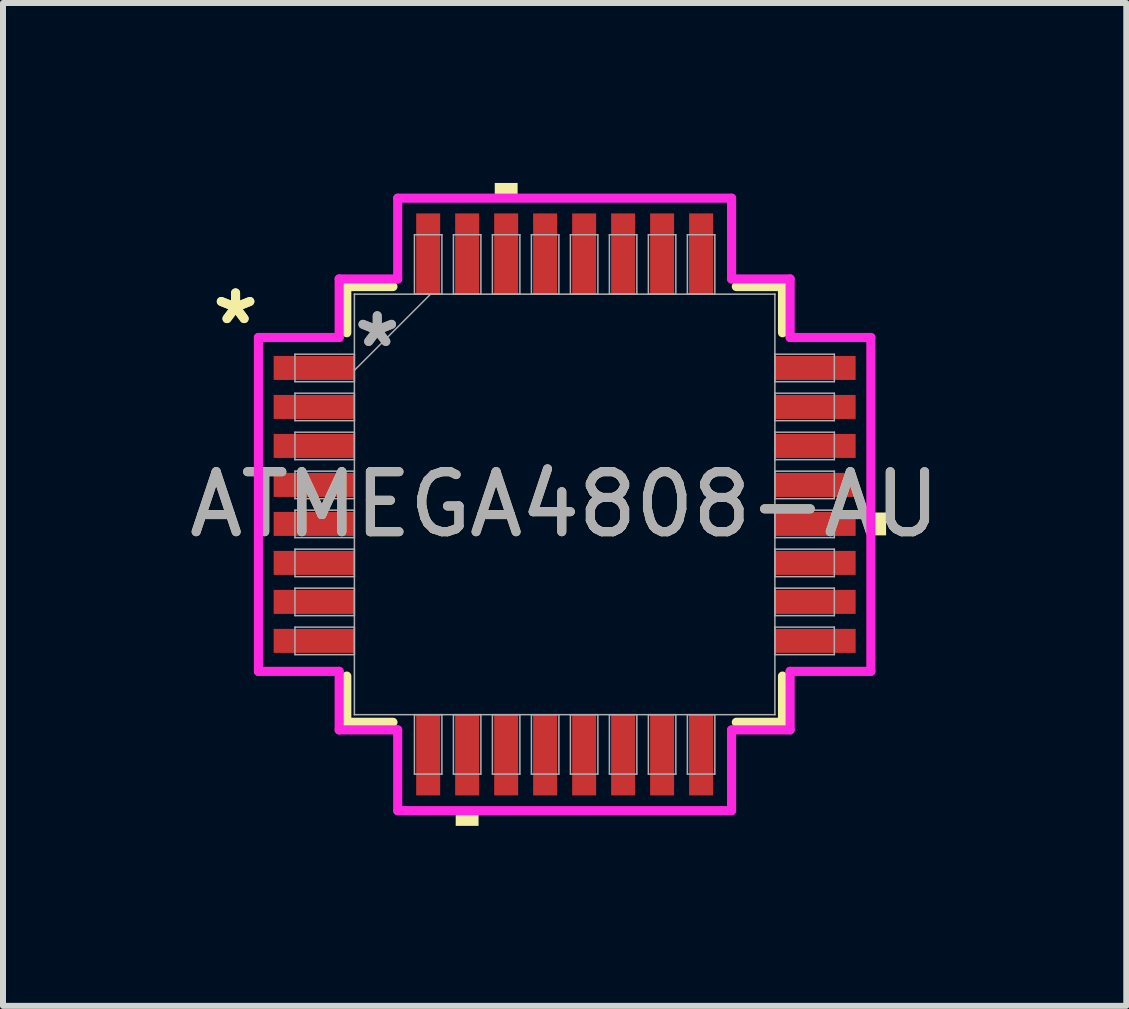
<source format=kicad_pcb>
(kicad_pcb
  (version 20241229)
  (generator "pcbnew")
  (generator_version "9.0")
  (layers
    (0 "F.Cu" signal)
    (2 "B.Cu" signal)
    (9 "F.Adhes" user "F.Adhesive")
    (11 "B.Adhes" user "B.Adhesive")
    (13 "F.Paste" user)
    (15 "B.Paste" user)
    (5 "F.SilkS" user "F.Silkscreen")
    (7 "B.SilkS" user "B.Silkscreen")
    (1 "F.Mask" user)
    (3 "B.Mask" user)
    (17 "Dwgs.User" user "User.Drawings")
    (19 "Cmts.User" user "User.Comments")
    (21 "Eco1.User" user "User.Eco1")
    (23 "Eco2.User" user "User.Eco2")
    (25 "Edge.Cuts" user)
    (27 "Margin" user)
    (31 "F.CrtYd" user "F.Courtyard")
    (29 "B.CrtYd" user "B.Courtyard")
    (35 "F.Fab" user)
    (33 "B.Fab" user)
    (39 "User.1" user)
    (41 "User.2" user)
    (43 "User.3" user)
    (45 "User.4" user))
  (footprint "ATMEGA4808-AU"
    (layer "F.Cu")
    (at 6.363 5.359)
    (property "Reference" "ATMEGA4808-AU" (at 0 0 0) (unlocked yes) (layer "F.SilkS") (effects (font (size 1 1) (thickness 0.15))))
    (attr smd)
    (fp_line (start -3.632 -3.632) (end -3.632 -2.862) (stroke (width 0.152) (type solid)) (layer "F.SilkS"))
    (fp_line (start -3.632 2.862) (end -3.632 3.632) (stroke (width 0.152) (type solid)) (layer "F.SilkS"))
    (fp_line (start -3.632 3.632) (end -2.862 3.632) (stroke (width 0.152) (type solid)) (layer "F.SilkS"))
    (fp_line (start -2.862 -3.632) (end -3.632 -3.632) (stroke (width 0.152) (type solid)) (layer "F.SilkS"))
    (fp_line (start 2.862 3.632) (end 3.632 3.632) (stroke (width 0.152) (type solid)) (layer "F.SilkS"))
    (fp_line (start 3.632 -3.632) (end 2.862 -3.632) (stroke (width 0.152) (type solid)) (layer "F.SilkS"))
    (fp_line (start 3.632 -2.862) (end 3.632 -3.632) (stroke (width 0.152) (type solid)) (layer "F.SilkS"))
    (fp_line (start 3.632 3.632) (end 3.632 2.862) (stroke (width 0.152) (type solid)) (layer "F.SilkS"))
    (fp_poly (pts (xy -1.816 5.105) (xy -1.816 5.359) (xy -1.435 5.359) (xy -1.435 5.105)) (stroke (width 0) (type solid)) (fill yes) (layer "F.SilkS"))
    (fp_poly (pts (xy -1.165 -5.105) (xy -1.165 -5.359) (xy -0.784 -5.359) (xy -0.784 -5.105)) (stroke (width 0) (type solid)) (fill yes) (layer "F.SilkS"))
    (fp_poly (pts (xy 5.359 0.135) (xy 5.359 0.516) (xy 5.105 0.516) (xy 5.105 0.135)) (stroke (width 0) (type solid)) (fill yes) (layer "F.SilkS"))
    (fp_line (start -5.105 -2.783) (end -3.759 -2.783) (stroke (width 0.152) (type solid)) (layer "F.CrtYd"))
    (fp_line (start -5.105 2.783) (end -5.105 -2.783) (stroke (width 0.152) (type solid)) (layer "F.CrtYd"))
    (fp_line (start -3.759 -3.759) (end -2.783 -3.759) (stroke (width 0.152) (type solid)) (layer "F.CrtYd"))
    (fp_line (start -3.759 -2.783) (end -3.759 -3.759) (stroke (width 0.152) (type solid)) (layer "F.CrtYd"))
    (fp_line (start -3.759 2.783) (end -5.105 2.783) (stroke (width 0.152) (type solid)) (layer "F.CrtYd"))
    (fp_line (start -3.759 3.759) (end -3.759 2.783) (stroke (width 0.152) (type solid)) (layer "F.CrtYd"))
    (fp_line (start -3.759 3.759) (end -2.783 3.759) (stroke (width 0.152) (type solid)) (layer "F.CrtYd"))
    (fp_line (start -2.783 -5.105) (end 2.783 -5.105) (stroke (width 0.152) (type solid)) (layer "F.CrtYd"))
    (fp_line (start -2.783 -3.759) (end -2.783 -5.105) (stroke (width 0.152) (type solid)) (layer "F.CrtYd"))
    (fp_line (start -2.783 3.759) (end -2.783 5.105) (stroke (width 0.152) (type solid)) (layer "F.CrtYd"))
    (fp_line (start -2.783 5.105) (end 2.783 5.105) (stroke (width 0.152) (type solid)) (layer "F.CrtYd"))
    (fp_line (start 2.783 -5.105) (end 2.783 -3.759) (stroke (width 0.152) (type solid)) (layer "F.CrtYd"))
    (fp_line (start 2.783 -3.759) (end 3.759 -3.759) (stroke (width 0.152) (type solid)) (layer "F.CrtYd"))
    (fp_line (start 2.783 3.759) (end 3.759 3.759) (stroke (width 0.152) (type solid)) (layer "F.CrtYd"))
    (fp_line (start 2.783 5.105) (end 2.783 3.759) (stroke (width 0.152) (type solid)) (layer "F.CrtYd"))
    (fp_line (start 3.759 -2.783) (end 3.759 -3.759) (stroke (width 0.152) (type solid)) (layer "F.CrtYd"))
    (fp_line (start 3.759 2.783) (end 5.105 2.783) (stroke (width 0.152) (type solid)) (layer "F.CrtYd"))
    (fp_line (start 3.759 3.759) (end 3.759 2.783) (stroke (width 0.152) (type solid)) (layer "F.CrtYd"))
    (fp_line (start 5.105 -2.783) (end 3.759 -2.783) (stroke (width 0.152) (type solid)) (layer "F.CrtYd"))
    (fp_line (start 5.105 2.783) (end 5.105 -2.783) (stroke (width 0.152) (type solid)) (layer "F.CrtYd"))
    (fp_line (start -4.496 -2.504) (end -4.496 -2.046) (stroke (width 0.025) (type solid)) (layer "F.Fab"))
    (fp_line (start -4.496 -2.046) (end -3.505 -2.046) (stroke (width 0.025) (type solid)) (layer "F.Fab"))
    (fp_line (start -4.496 -1.854) (end -4.496 -1.396) (stroke (width 0.025) (type solid)) (layer "F.Fab"))
    (fp_line (start -4.496 -1.396) (end -3.505 -1.396) (stroke (width 0.025) (type solid)) (layer "F.Fab"))
    (fp_line (start -4.496 -1.204) (end -4.496 -0.746) (stroke (width 0.025) (type solid)) (layer "F.Fab"))
    (fp_line (start -4.496 -0.746) (end -3.505 -0.746) (stroke (width 0.025) (type solid)) (layer "F.Fab"))
    (fp_line (start -4.496 -0.554) (end -4.496 -0.096) (stroke (width 0.025) (type solid)) (layer "F.Fab"))
    (fp_line (start -4.496 -0.096) (end -3.505 -0.096) (stroke (width 0.025) (type solid)) (layer "F.Fab"))
    (fp_line (start -4.496 0.096) (end -4.496 0.554) (stroke (width 0.025) (type solid)) (layer "F.Fab"))
    (fp_line (start -4.496 0.554) (end -3.505 0.554) (stroke (width 0.025) (type solid)) (layer "F.Fab"))
    (fp_line (start -4.496 0.746) (end -4.496 1.204) (stroke (width 0.025) (type solid)) (layer "F.Fab"))
    (fp_line (start -4.496 1.204) (end -3.505 1.204) (stroke (width 0.025) (type solid)) (layer "F.Fab"))
    (fp_line (start -4.496 1.396) (end -4.496 1.854) (stroke (width 0.025) (type solid)) (layer "F.Fab"))
    (fp_line (start -4.496 1.854) (end -3.505 1.854) (stroke (width 0.025) (type solid)) (layer "F.Fab"))
    (fp_line (start -4.496 2.046) (end -4.496 2.504) (stroke (width 0.025) (type solid)) (layer "F.Fab"))
    (fp_line (start -4.496 2.504) (end -3.505 2.504) (stroke (width 0.025) (type solid)) (layer "F.Fab"))
    (fp_line (start -3.505 -3.505) (end -3.505 -3.505) (stroke (width 0.025) (type solid)) (layer "F.Fab"))
    (fp_line (start -3.505 -3.505) (end -3.505 3.505) (stroke (width 0.025) (type solid)) (layer "F.Fab"))
    (fp_line (start -3.505 -2.504) (end -4.496 -2.504) (stroke (width 0.025) (type solid)) (layer "F.Fab"))
    (fp_line (start -3.505 -2.235) (end -2.235 -3.505) (stroke (width 0.025) (type solid)) (layer "F.Fab"))
    (fp_line (start -3.505 -2.046) (end -3.505 -2.504) (stroke (width 0.025) (type solid)) (layer "F.Fab"))
    (fp_line (start -3.505 -1.854) (end -4.496 -1.854) (stroke (width 0.025) (type solid)) (layer "F.Fab"))
    (fp_line (start -3.505 -1.396) (end -3.505 -1.854) (stroke (width 0.025) (type solid)) (layer "F.Fab"))
    (fp_line (start -3.505 -1.204) (end -4.496 -1.204) (stroke (width 0.025) (type solid)) (layer "F.Fab"))
    (fp_line (start -3.505 -0.746) (end -3.505 -1.204) (stroke (width 0.025) (type solid)) (layer "F.Fab"))
    (fp_line (start -3.505 -0.554) (end -4.496 -0.554) (stroke (width 0.025) (type solid)) (layer "F.Fab"))
    (fp_line (start -3.505 -0.096) (end -3.505 -0.554) (stroke (width 0.025) (type solid)) (layer "F.Fab"))
    (fp_line (start -3.505 0.096) (end -4.496 0.096) (stroke (width 0.025) (type solid)) (layer "F.Fab"))
    (fp_line (start -3.505 0.554) (end -3.505 0.096) (stroke (width 0.025) (type solid)) (layer "F.Fab"))
    (fp_line (start -3.505 0.746) (end -4.496 0.746) (stroke (width 0.025) (type solid)) (layer "F.Fab"))
    (fp_line (start -3.505 1.204) (end -3.505 0.746) (stroke (width 0.025) (type solid)) (layer "F.Fab"))
    (fp_line (start -3.505 1.396) (end -4.496 1.396) (stroke (width 0.025) (type solid)) (layer "F.Fab"))
    (fp_line (start -3.505 1.854) (end -3.505 1.396) (stroke (width 0.025) (type solid)) (layer "F.Fab"))
    (fp_line (start -3.505 2.046) (end -4.496 2.046) (stroke (width 0.025) (type solid)) (layer "F.Fab"))
    (fp_line (start -3.505 2.504) (end -3.505 2.046) (stroke (width 0.025) (type solid)) (layer "F.Fab"))
    (fp_line (start -3.505 3.505) (end -3.505 3.505) (stroke (width 0.025) (type solid)) (layer "F.Fab"))
    (fp_line (start -3.505 3.505) (end 3.505 3.505) (stroke (width 0.025) (type solid)) (layer "F.Fab"))
    (fp_line (start -2.504 -4.496) (end -2.504 -3.505) (stroke (width 0.025) (type solid)) (layer "F.Fab"))
    (fp_line (start -2.504 -3.505) (end -2.046 -3.505) (stroke (width 0.025) (type solid)) (layer "F.Fab"))
    (fp_line (start -2.504 3.505) (end -2.504 4.496) (stroke (width 0.025) (type solid)) (layer "F.Fab"))
    (fp_line (start -2.504 4.496) (end -2.046 4.496) (stroke (width 0.025) (type solid)) (layer "F.Fab"))
    (fp_line (start -2.046 -4.496) (end -2.504 -4.496) (stroke (width 0.025) (type solid)) (layer "F.Fab"))
    (fp_line (start -2.046 -3.505) (end -2.046 -4.496) (stroke (width 0.025) (type solid)) (layer "F.Fab"))
    (fp_line (start -2.046 3.505) (end -2.504 3.505) (stroke (width 0.025) (type solid)) (layer "F.Fab"))
    (fp_line (start -2.046 4.496) (end -2.046 3.505) (stroke (width 0.025) (type solid)) (layer "F.Fab"))
    (fp_line (start -1.854 -4.496) (end -1.854 -3.505) (stroke (width 0.025) (type solid)) (layer "F.Fab"))
    (fp_line (start -1.854 -3.505) (end -1.396 -3.505) (stroke (width 0.025) (type solid)) (layer "F.Fab"))
    (fp_line (start -1.854 3.505) (end -1.854 4.496) (stroke (width 0.025) (type solid)) (layer "F.Fab"))
    (fp_line (start -1.854 4.496) (end -1.396 4.496) (stroke (width 0.025) (type solid)) (layer "F.Fab"))
    (fp_line (start -1.396 -4.496) (end -1.854 -4.496) (stroke (width 0.025) (type solid)) (layer "F.Fab"))
    (fp_line (start -1.396 -3.505) (end -1.396 -4.496) (stroke (width 0.025) (type solid)) (layer "F.Fab"))
    (fp_line (start -1.396 3.505) (end -1.854 3.505) (stroke (width 0.025) (type solid)) (layer "F.Fab"))
    (fp_line (start -1.396 4.496) (end -1.396 3.505) (stroke (width 0.025) (type solid)) (layer "F.Fab"))
    (fp_line (start -1.204 -4.496) (end -1.204 -3.505) (stroke (width 0.025) (type solid)) (layer "F.Fab"))
    (fp_line (start -1.204 -3.505) (end -0.746 -3.505) (stroke (width 0.025) (type solid)) (layer "F.Fab"))
    (fp_line (start -1.204 3.505) (end -1.204 4.496) (stroke (width 0.025) (type solid)) (layer "F.Fab"))
    (fp_line (start -1.204 4.496) (end -0.746 4.496) (stroke (width 0.025) (type solid)) (layer "F.Fab"))
    (fp_line (start -0.746 -4.496) (end -1.204 -4.496) (stroke (width 0.025) (type solid)) (layer "F.Fab"))
    (fp_line (start -0.746 -3.505) (end -0.746 -4.496) (stroke (width 0.025) (type solid)) (layer "F.Fab"))
    (fp_line (start -0.746 3.505) (end -1.204 3.505) (stroke (width 0.025) (type solid)) (layer "F.Fab"))
    (fp_line (start -0.746 4.496) (end -0.746 3.505) (stroke (width 0.025) (type solid)) (layer "F.Fab"))
    (fp_line (start -0.554 -4.496) (end -0.554 -3.505) (stroke (width 0.025) (type solid)) (layer "F.Fab"))
    (fp_line (start -0.554 -3.505) (end -0.096 -3.505) (stroke (width 0.025) (type solid)) (layer "F.Fab"))
    (fp_line (start -0.554 3.505) (end -0.554 4.496) (stroke (width 0.025) (type solid)) (layer "F.Fab"))
    (fp_line (start -0.554 4.496) (end -0.096 4.496) (stroke (width 0.025) (type solid)) (layer "F.Fab"))
    (fp_line (start -0.096 -4.496) (end -0.554 -4.496) (stroke (width 0.025) (type solid)) (layer "F.Fab"))
    (fp_line (start -0.096 -3.505) (end -0.096 -4.496) (stroke (width 0.025) (type solid)) (layer "F.Fab"))
    (fp_line (start -0.096 3.505) (end -0.554 3.505) (stroke (width 0.025) (type solid)) (layer "F.Fab"))
    (fp_line (start -0.096 4.496) (end -0.096 3.505) (stroke (width 0.025) (type solid)) (layer "F.Fab"))
    (fp_line (start 0.096 -4.496) (end 0.096 -3.505) (stroke (width 0.025) (type solid)) (layer "F.Fab"))
    (fp_line (start 0.096 -3.505) (end 0.554 -3.505) (stroke (width 0.025) (type solid)) (layer "F.Fab"))
    (fp_line (start 0.096 3.505) (end 0.096 4.496) (stroke (width 0.025) (type solid)) (layer "F.Fab"))
    (fp_line (start 0.096 4.496) (end 0.554 4.496) (stroke (width 0.025) (type solid)) (layer "F.Fab"))
    (fp_line (start 0.554 -4.496) (end 0.096 -4.496) (stroke (width 0.025) (type solid)) (layer "F.Fab"))
    (fp_line (start 0.554 -3.505) (end 0.554 -4.496) (stroke (width 0.025) (type solid)) (layer "F.Fab"))
    (fp_line (start 0.554 3.505) (end 0.096 3.505) (stroke (width 0.025) (type solid)) (layer "F.Fab"))
    (fp_line (start 0.554 4.496) (end 0.554 3.505) (stroke (width 0.025) (type solid)) (layer "F.Fab"))
    (fp_line (start 0.746 -4.496) (end 0.746 -3.505) (stroke (width 0.025) (type solid)) (layer "F.Fab"))
    (fp_line (start 0.746 -3.505) (end 1.204 -3.505) (stroke (width 0.025) (type solid)) (layer "F.Fab"))
    (fp_line (start 0.746 3.505) (end 0.746 4.496) (stroke (width 0.025) (type solid)) (layer "F.Fab"))
    (fp_line (start 0.746 4.496) (end 1.204 4.496) (stroke (width 0.025) (type solid)) (layer "F.Fab"))
    (fp_line (start 1.204 -4.496) (end 0.746 -4.496) (stroke (width 0.025) (type solid)) (layer "F.Fab"))
    (fp_line (start 1.204 -3.505) (end 1.204 -4.496) (stroke (width 0.025) (type solid)) (layer "F.Fab"))
    (fp_line (start 1.204 3.505) (end 0.746 3.505) (stroke (width 0.025) (type solid)) (layer "F.Fab"))
    (fp_line (start 1.204 4.496) (end 1.204 3.505) (stroke (width 0.025) (type solid)) (layer "F.Fab"))
    (fp_line (start 1.396 -4.496) (end 1.396 -3.505) (stroke (width 0.025) (type solid)) (layer "F.Fab"))
    (fp_line (start 1.396 -3.505) (end 1.854 -3.505) (stroke (width 0.025) (type solid)) (layer "F.Fab"))
    (fp_line (start 1.396 3.505) (end 1.396 4.496) (stroke (width 0.025) (type solid)) (layer "F.Fab"))
    (fp_line (start 1.396 4.496) (end 1.854 4.496) (stroke (width 0.025) (type solid)) (layer "F.Fab"))
    (fp_line (start 1.854 -4.496) (end 1.396 -4.496) (stroke (width 0.025) (type solid)) (layer "F.Fab"))
    (fp_line (start 1.854 -3.505) (end 1.854 -4.496) (stroke (width 0.025) (type solid)) (layer "F.Fab"))
    (fp_line (start 1.854 3.505) (end 1.396 3.505) (stroke (width 0.025) (type solid)) (layer "F.Fab"))
    (fp_line (start 1.854 4.496) (end 1.854 3.505) (stroke (width 0.025) (type solid)) (layer "F.Fab"))
    (fp_line (start 2.046 -4.496) (end 2.046 -3.505) (stroke (width 0.025) (type solid)) (layer "F.Fab"))
    (fp_line (start 2.046 -3.505) (end 2.504 -3.505) (stroke (width 0.025) (type solid)) (layer "F.Fab"))
    (fp_line (start 2.046 3.505) (end 2.046 4.496) (stroke (width 0.025) (type solid)) (layer "F.Fab"))
    (fp_line (start 2.046 4.496) (end 2.504 4.496) (stroke (width 0.025) (type solid)) (layer "F.Fab"))
    (fp_line (start 2.504 -4.496) (end 2.046 -4.496) (stroke (width 0.025) (type solid)) (layer "F.Fab"))
    (fp_line (start 2.504 -3.505) (end 2.504 -4.496) (stroke (width 0.025) (type solid)) (layer "F.Fab"))
    (fp_line (start 2.504 3.505) (end 2.046 3.505) (stroke (width 0.025) (type solid)) (layer "F.Fab"))
    (fp_line (start 2.504 4.496) (end 2.504 3.505) (stroke (width 0.025) (type solid)) (layer "F.Fab"))
    (fp_line (start 3.505 -3.505) (end -3.505 -3.505) (stroke (width 0.025) (type solid)) (layer "F.Fab"))
    (fp_line (start 3.505 -3.505) (end 3.505 -3.505) (stroke (width 0.025) (type solid)) (layer "F.Fab"))
    (fp_line (start 3.505 -2.504) (end 3.505 -2.046) (stroke (width 0.025) (type solid)) (layer "F.Fab"))
    (fp_line (start 3.505 -2.046) (end 4.496 -2.046) (stroke (width 0.025) (type solid)) (layer "F.Fab"))
    (fp_line (start 3.505 -1.854) (end 3.505 -1.396) (stroke (width 0.025) (type solid)) (layer "F.Fab"))
    (fp_line (start 3.505 -1.396) (end 4.496 -1.396) (stroke (width 0.025) (type solid)) (layer "F.Fab"))
    (fp_line (start 3.505 -1.204) (end 3.505 -0.746) (stroke (width 0.025) (type solid)) (layer "F.Fab"))
    (fp_line (start 3.505 -0.746) (end 4.496 -0.746) (stroke (width 0.025) (type solid)) (layer "F.Fab"))
    (fp_line (start 3.505 -0.554) (end 3.505 -0.096) (stroke (width 0.025) (type solid)) (layer "F.Fab"))
    (fp_line (start 3.505 -0.096) (end 4.496 -0.096) (stroke (width 0.025) (type solid)) (layer "F.Fab"))
    (fp_line (start 3.505 0.096) (end 3.505 0.554) (stroke (width 0.025) (type solid)) (layer "F.Fab"))
    (fp_line (start 3.505 0.554) (end 4.496 0.554) (stroke (width 0.025) (type solid)) (layer "F.Fab"))
    (fp_line (start 3.505 0.746) (end 3.505 1.204) (stroke (width 0.025) (type solid)) (layer "F.Fab"))
    (fp_line (start 3.505 1.204) (end 4.496 1.204) (stroke (width 0.025) (type solid)) (layer "F.Fab"))
    (fp_line (start 3.505 1.396) (end 3.505 1.854) (stroke (width 0.025) (type solid)) (layer "F.Fab"))
    (fp_line (start 3.505 1.854) (end 4.496 1.854) (stroke (width 0.025) (type solid)) (layer "F.Fab"))
    (fp_line (start 3.505 2.046) (end 3.505 2.504) (stroke (width 0.025) (type solid)) (layer "F.Fab"))
    (fp_line (start 3.505 2.504) (end 4.496 2.504) (stroke (width 0.025) (type solid)) (layer "F.Fab"))
    (fp_line (start 3.505 3.505) (end 3.505 -3.505) (stroke (width 0.025) (type solid)) (layer "F.Fab"))
    (fp_line (start 3.505 3.505) (end 3.505 3.505) (stroke (width 0.025) (type solid)) (layer "F.Fab"))
    (fp_line (start 4.496 -2.504) (end 3.505 -2.504) (stroke (width 0.025) (type solid)) (layer "F.Fab"))
    (fp_line (start 4.496 -2.046) (end 4.496 -2.504) (stroke (width 0.025) (type solid)) (layer "F.Fab"))
    (fp_line (start 4.496 -1.854) (end 3.505 -1.854) (stroke (width 0.025) (type solid)) (layer "F.Fab"))
    (fp_line (start 4.496 -1.396) (end 4.496 -1.854) (stroke (width 0.025) (type solid)) (layer "F.Fab"))
    (fp_line (start 4.496 -1.204) (end 3.505 -1.204) (stroke (width 0.025) (type solid)) (layer "F.Fab"))
    (fp_line (start 4.496 -0.746) (end 4.496 -1.204) (stroke (width 0.025) (type solid)) (layer "F.Fab"))
    (fp_line (start 4.496 -0.554) (end 3.505 -0.554) (stroke (width 0.025) (type solid)) (layer "F.Fab"))
    (fp_line (start 4.496 -0.096) (end 4.496 -0.554) (stroke (width 0.025) (type solid)) (layer "F.Fab"))
    (fp_line (start 4.496 0.096) (end 3.505 0.096) (stroke (width 0.025) (type solid)) (layer "F.Fab"))
    (fp_line (start 4.496 0.554) (end 4.496 0.096) (stroke (width 0.025) (type solid)) (layer "F.Fab"))
    (fp_line (start 4.496 0.746) (end 3.505 0.746) (stroke (width 0.025) (type solid)) (layer "F.Fab"))
    (fp_line (start 4.496 1.204) (end 4.496 0.746) (stroke (width 0.025) (type solid)) (layer "F.Fab"))
    (fp_line (start 4.496 1.396) (end 3.505 1.396) (stroke (width 0.025) (type solid)) (layer "F.Fab"))
    (fp_line (start 4.496 1.854) (end 4.496 1.396) (stroke (width 0.025) (type solid)) (layer "F.Fab"))
    (fp_line (start 4.496 2.046) (end 3.505 2.046) (stroke (width 0.025) (type solid)) (layer "F.Fab"))
    (fp_line (start 4.496 2.504) (end 4.496 2.046) (stroke (width 0.025) (type solid)) (layer "F.Fab"))
    (fp_text user "*" (at -5.486 -2.981 0) (unlocked yes) (layer "F.SilkS") (effects (font (size 1 1) (thickness 0.15))))
    (fp_text user "*" (at -5.486 -2.981 0) (layer "F.SilkS") (effects (font (size 1 1) (thickness 0.15))))
    (fp_text user "*" (at -3.124 -2.6 0) (unlocked yes) (layer "F.Fab") (effects (font (size 1 1) (thickness 0.15))))
    (fp_text user "*" (at -3.124 -2.6 0) (layer "F.Fab") (effects (font (size 1 1) (thickness 0.15))))
    (fp_text user "${REFERENCE}" (at 0 0 0) (unlocked yes) (layer "F.Fab") (effects (font (size 1 1) (thickness 0.15))))
    (pad "1" smd rect (at -4.178 -2.275 90) (size 0.4 1.346) (layers "F.Cu" "F.Mask" "F.Paste"))
    (pad "2" smd rect (at -4.178 -1.625 90) (size 0.4 1.346) (layers "F.Cu" "F.Mask" "F.Paste"))
    (pad "3" smd rect (at -4.178 -0.975 90) (size 0.4 1.346) (layers "F.Cu" "F.Mask" "F.Paste"))
    (pad "4" smd rect (at -4.178 -0.325 90) (size 0.4 1.346) (layers "F.Cu" "F.Mask" "F.Paste"))
    (pad "5" smd rect (at -4.178 0.325 90) (size 0.4 1.346) (layers "F.Cu" "F.Mask" "F.Paste"))
    (pad "6" smd rect (at -4.178 0.975 90) (size 0.4 1.346) (layers "F.Cu" "F.Mask" "F.Paste"))
    (pad "7" smd rect (at -4.178 1.625 90) (size 0.4 1.346) (layers "F.Cu" "F.Mask" "F.Paste"))
    (pad "8" smd rect (at -4.178 2.275 90) (size 0.4 1.346) (layers "F.Cu" "F.Mask" "F.Paste"))
    (pad "9" smd rect (at -2.275 4.178) (size 0.4 1.346) (layers "F.Cu" "F.Mask" "F.Paste"))
    (pad "10" smd rect (at -1.625 4.178) (size 0.4 1.346) (layers "F.Cu" "F.Mask" "F.Paste"))
    (pad "11" smd rect (at -0.975 4.178) (size 0.4 1.346) (layers "F.Cu" "F.Mask" "F.Paste"))
    (pad "12" smd rect (at -0.325 4.178) (size 0.4 1.346) (layers "F.Cu" "F.Mask" "F.Paste"))
    (pad "13" smd rect (at 0.325 4.178) (size 0.4 1.346) (layers "F.Cu" "F.Mask" "F.Paste"))
    (pad "14" smd rect (at 0.975 4.178) (size 0.4 1.346) (layers "F.Cu" "F.Mask" "F.Paste"))
    (pad "15" smd rect (at 1.625 4.178) (size 0.4 1.346) (layers "F.Cu" "F.Mask" "F.Paste"))
    (pad "16" smd rect (at 2.275 4.178) (size 0.4 1.346) (layers "F.Cu" "F.Mask" "F.Paste"))
    (pad "17" smd rect (at 4.178 2.275 90) (size 0.4 1.346) (layers "F.Cu" "F.Mask" "F.Paste"))
    (pad "18" smd rect (at 4.178 1.625 90) (size 0.4 1.346) (layers "F.Cu" "F.Mask" "F.Paste"))
    (pad "19" smd rect (at 4.178 0.975 90) (size 0.4 1.346) (layers "F.Cu" "F.Mask" "F.Paste"))
    (pad "20" smd rect (at 4.178 0.325 90) (size 0.4 1.346) (layers "F.Cu" "F.Mask" "F.Paste"))
    (pad "21" smd rect (at 4.178 -0.325 90) (size 0.4 1.346) (layers "F.Cu" "F.Mask" "F.Paste"))
    (pad "22" smd rect (at 4.178 -0.975 90) (size 0.4 1.346) (layers "F.Cu" "F.Mask" "F.Paste"))
    (pad "23" smd rect (at 4.178 -1.625 90) (size 0.4 1.346) (layers "F.Cu" "F.Mask" "F.Paste"))
    (pad "24" smd rect (at 4.178 -2.275 90) (size 0.4 1.346) (layers "F.Cu" "F.Mask" "F.Paste"))
    (pad "25" smd rect (at 2.275 -4.178) (size 0.4 1.346) (layers "F.Cu" "F.Mask" "F.Paste"))
    (pad "26" smd rect (at 1.625 -4.178) (size 0.4 1.346) (layers "F.Cu" "F.Mask" "F.Paste"))
    (pad "27" smd rect (at 0.975 -4.178) (size 0.4 1.346) (layers "F.Cu" "F.Mask" "F.Paste"))
    (pad "28" smd rect (at 0.325 -4.178) (size 0.4 1.346) (layers "F.Cu" "F.Mask" "F.Paste"))
    (pad "29" smd rect (at -0.325 -4.178) (size 0.4 1.346) (layers "F.Cu" "F.Mask" "F.Paste"))
    (pad "30" smd rect (at -0.975 -4.178) (size 0.4 1.346) (layers "F.Cu" "F.Mask" "F.Paste"))
    (pad "31" smd rect (at -1.625 -4.178) (size 0.4 1.346) (layers "F.Cu" "F.Mask" "F.Paste"))
    (pad "32" smd rect (at -2.275 -4.178) (size 0.4 1.346) (layers "F.Cu" "F.Mask" "F.Paste")))
  (gr_rect
    (start -3 -3)
    (end 15.726 13.719)
    (stroke (width 0.1) (type default))
    (fill no)
    (layer "Edge.Cuts")))
</source>
